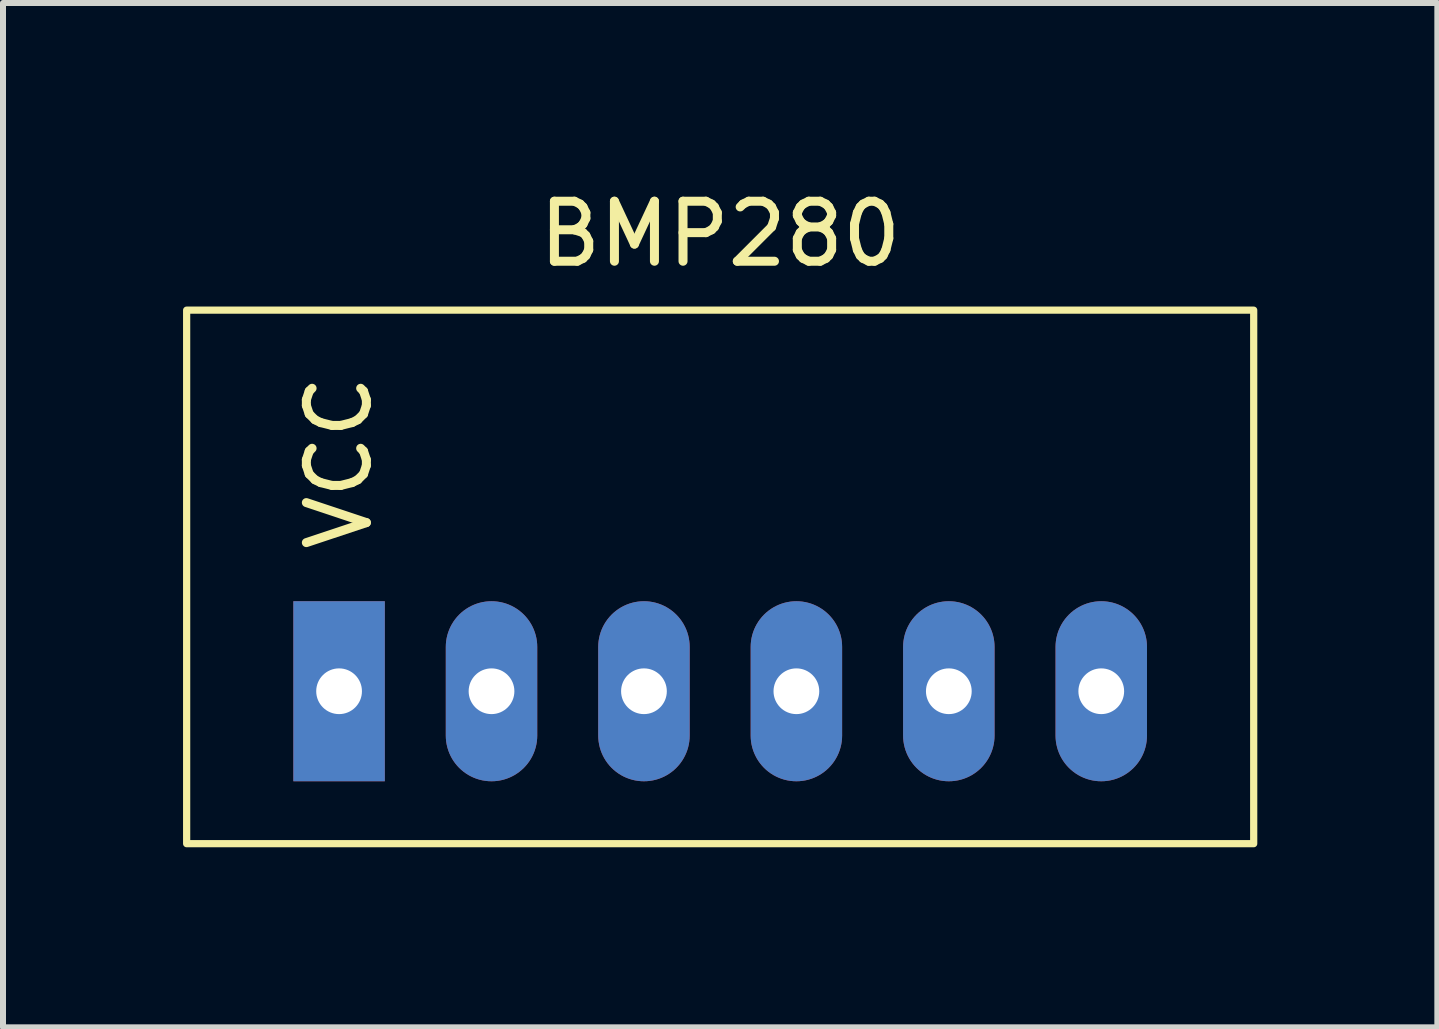
<source format=kicad_pcb>
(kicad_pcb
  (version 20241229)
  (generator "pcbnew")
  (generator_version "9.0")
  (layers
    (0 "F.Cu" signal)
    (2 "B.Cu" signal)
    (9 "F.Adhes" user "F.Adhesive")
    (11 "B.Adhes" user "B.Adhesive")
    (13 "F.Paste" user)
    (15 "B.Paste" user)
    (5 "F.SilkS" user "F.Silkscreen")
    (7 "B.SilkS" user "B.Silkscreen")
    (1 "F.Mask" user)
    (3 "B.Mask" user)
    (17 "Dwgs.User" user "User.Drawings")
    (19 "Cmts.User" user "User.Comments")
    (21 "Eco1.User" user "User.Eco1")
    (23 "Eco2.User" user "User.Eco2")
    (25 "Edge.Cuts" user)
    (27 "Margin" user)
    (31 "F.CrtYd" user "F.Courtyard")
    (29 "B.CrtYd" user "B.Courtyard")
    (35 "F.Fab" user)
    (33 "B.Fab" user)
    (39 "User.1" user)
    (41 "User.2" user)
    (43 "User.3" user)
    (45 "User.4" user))
  (footprint "BMP280"
    (layer "F.Cu")
    (at 8.95 5.928)
    (property "Reference" "BMP280" (at 0 -5.08 0) (unlocked yes) (layer "F.SilkS") (effects (font (size 1 1) (thickness 0.15))))
    (attr through_hole)
    (fp_rect (start -8.89 5.08) (end 8.89 -3.81) (stroke (width 0.12) (type solid)) (fill no) (layer "F.SilkS"))
    (fp_text user "VCC" (at -6.35 -1.27 90) (unlocked yes) (layer "F.SilkS") (effects (font (size 1 1) (thickness 0.15))))
    (pad "1" thru_hole rect (at -6.35 2.54) (size 1.524 3) (drill 0.762) (layers "*.Cu" "*.Mask"))
    (pad "2" thru_hole oval (at -3.81 2.54) (size 1.524 3) (drill 0.762) (layers "*.Cu" "*.Mask"))
    (pad "3" thru_hole oval (at -1.27 2.54) (size 1.524 3) (drill 0.762) (layers "*.Cu" "*.Mask"))
    (pad "4" thru_hole oval (at 1.27 2.54) (size 1.524 3) (drill 0.762) (layers "*.Cu" "*.Mask"))
    (pad "5" thru_hole oval (at 3.81 2.54) (size 1.524 3) (drill 0.762) (layers "*.Cu" "*.Mask"))
    (pad "6" thru_hole oval (at 6.35 2.54) (size 1.524 3) (drill 0.762) (layers "*.Cu" "*.Mask")))
  (gr_rect
    (start -3 -3)
    (end 20.9 14.068)
    (stroke (width 0.1) (type default))
    (fill no)
    (layer "Edge.Cuts")))
</source>
